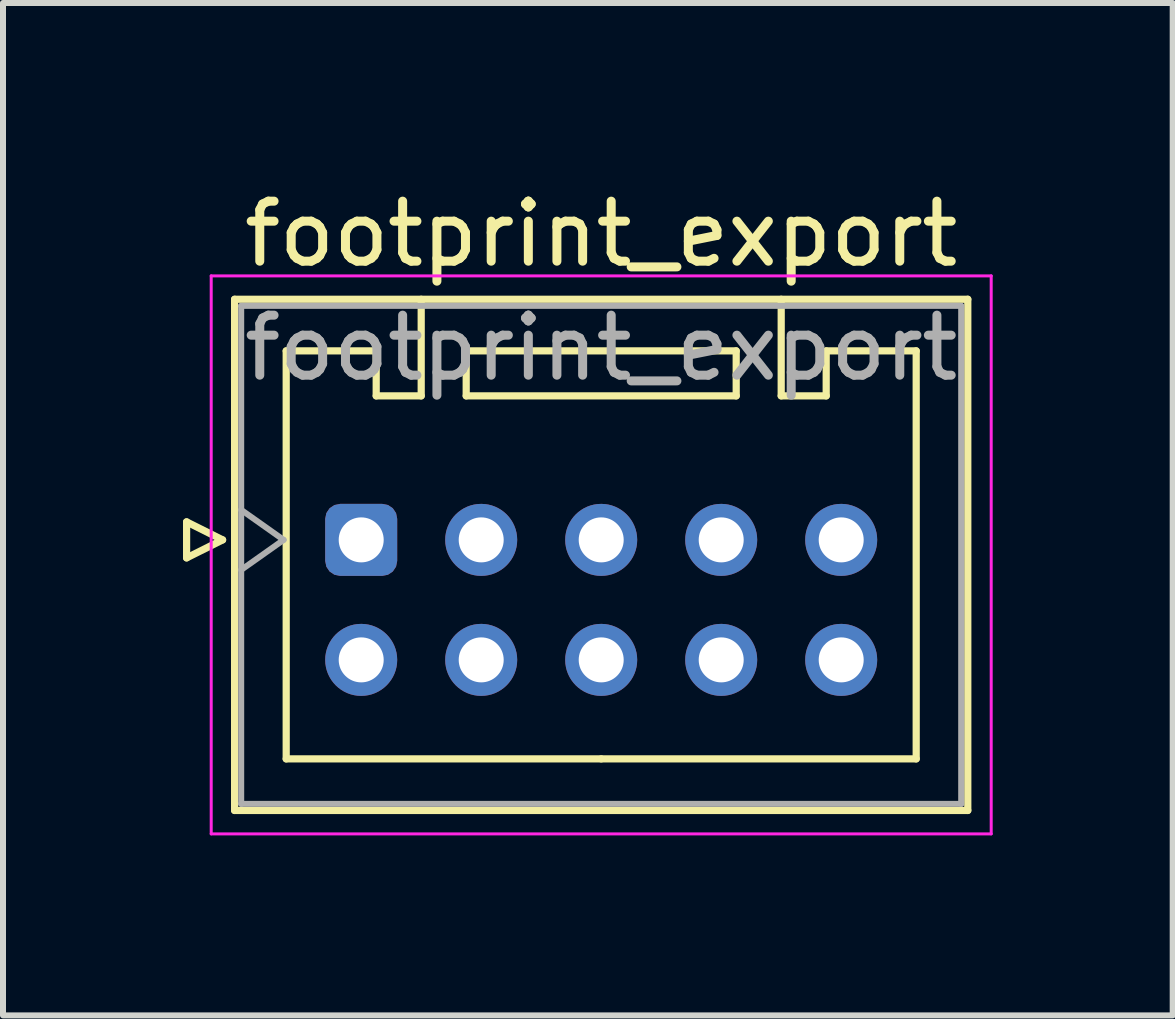
<source format=kicad_pcb>
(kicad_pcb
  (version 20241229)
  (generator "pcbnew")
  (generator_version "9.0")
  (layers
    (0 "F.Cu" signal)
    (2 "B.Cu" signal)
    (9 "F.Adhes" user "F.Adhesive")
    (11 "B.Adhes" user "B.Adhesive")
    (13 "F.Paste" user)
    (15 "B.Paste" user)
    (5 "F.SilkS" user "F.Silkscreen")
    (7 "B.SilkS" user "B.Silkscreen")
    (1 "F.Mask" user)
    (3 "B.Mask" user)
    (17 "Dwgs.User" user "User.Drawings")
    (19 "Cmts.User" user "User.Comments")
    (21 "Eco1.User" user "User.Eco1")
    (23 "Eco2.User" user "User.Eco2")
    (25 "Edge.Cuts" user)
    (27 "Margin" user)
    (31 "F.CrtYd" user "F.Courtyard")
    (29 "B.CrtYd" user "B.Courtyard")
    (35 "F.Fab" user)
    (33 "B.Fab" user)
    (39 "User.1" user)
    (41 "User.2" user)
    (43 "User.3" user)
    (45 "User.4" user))
  (footprint "footprint_export"
    (layer "F.Cu")
    (at 2.97 5.948)
    (property "Reference" "footprint_export" (at 4 -5.1 0) (layer "F.SilkS") (effects (font (size 1 1) (thickness 0.15))))
    (attr through_hole)
    (fp_line (start -2.91 -0.3) (end -2.31 0) (stroke (width 0.12) (type solid)) (layer "F.SilkS"))
    (fp_line (start -2.91 0.3) (end -2.91 -0.3) (stroke (width 0.12) (type solid)) (layer "F.SilkS"))
    (fp_line (start -2.31 0) (end -2.91 0.3) (stroke (width 0.12) (type solid)) (layer "F.SilkS"))
    (fp_line (start -2.11 -4.01) (end -2.11 4.51) (stroke (width 0.12) (type solid)) (layer "F.SilkS"))
    (fp_line (start -2.11 4.51) (end 10.11 4.51) (stroke (width 0.12) (type solid)) (layer "F.SilkS"))
    (fp_line (start -1.25 -3.15) (end -1.25 3.65) (stroke (width 0.12) (type solid)) (layer "F.SilkS"))
    (fp_line (start -1.25 3.65) (end 4 3.65) (stroke (width 0.12) (type solid)) (layer "F.SilkS"))
    (fp_line (start 0.25 -3.15) (end -1.25 -3.15) (stroke (width 0.12) (type solid)) (layer "F.SilkS"))
    (fp_line (start 0.25 -2.4) (end 0.25 -3.15) (stroke (width 0.12) (type solid)) (layer "F.SilkS"))
    (fp_line (start 1 -4.01) (end 1 -2.4) (stroke (width 0.12) (type solid)) (layer "F.SilkS"))
    (fp_line (start 1 -2.4) (end 0.25 -2.4) (stroke (width 0.12) (type solid)) (layer "F.SilkS"))
    (fp_line (start 1.75 -3.15) (end 1.75 -2.4) (stroke (width 0.12) (type solid)) (layer "F.SilkS"))
    (fp_line (start 1.75 -2.4) (end 6.25 -2.4) (stroke (width 0.12) (type solid)) (layer "F.SilkS"))
    (fp_line (start 6.25 -3.15) (end 1.75 -3.15) (stroke (width 0.12) (type solid)) (layer "F.SilkS"))
    (fp_line (start 6.25 -2.4) (end 6.25 -3.15) (stroke (width 0.12) (type solid)) (layer "F.SilkS"))
    (fp_line (start 7 -4.01) (end 7 -2.4) (stroke (width 0.12) (type solid)) (layer "F.SilkS"))
    (fp_line (start 7 -2.4) (end 7.75 -2.4) (stroke (width 0.12) (type solid)) (layer "F.SilkS"))
    (fp_line (start 7.75 -3.15) (end 9.25 -3.15) (stroke (width 0.12) (type solid)) (layer "F.SilkS"))
    (fp_line (start 7.75 -2.4) (end 7.75 -3.15) (stroke (width 0.12) (type solid)) (layer "F.SilkS"))
    (fp_line (start 9.25 -3.15) (end 9.25 3.65) (stroke (width 0.12) (type solid)) (layer "F.SilkS"))
    (fp_line (start 9.25 3.65) (end 4 3.65) (stroke (width 0.12) (type solid)) (layer "F.SilkS"))
    (fp_line (start 10.11 -4.01) (end -2.11 -4.01) (stroke (width 0.12) (type solid)) (layer "F.SilkS"))
    (fp_line (start 10.11 4.51) (end 10.11 -4.01) (stroke (width 0.12) (type solid)) (layer "F.SilkS"))
    (fp_line (start -2.5 -4.4) (end -2.5 4.9) (stroke (width 0.05) (type solid)) (layer "F.CrtYd"))
    (fp_line (start -2.5 4.9) (end 10.5 4.9) (stroke (width 0.05) (type solid)) (layer "F.CrtYd"))
    (fp_line (start 10.5 -4.4) (end -2.5 -4.4) (stroke (width 0.05) (type solid)) (layer "F.CrtYd"))
    (fp_line (start 10.5 4.9) (end 10.5 -4.4) (stroke (width 0.05) (type solid)) (layer "F.CrtYd"))
    (fp_line (start -2 -3.9) (end -2 4.4) (stroke (width 0.1) (type solid)) (layer "F.Fab"))
    (fp_line (start -2 0.5) (end -1.293 0) (stroke (width 0.1) (type solid)) (layer "F.Fab"))
    (fp_line (start -2 4.4) (end 10 4.4) (stroke (width 0.1) (type solid)) (layer "F.Fab"))
    (fp_line (start -1.293 0) (end -2 -0.5) (stroke (width 0.1) (type solid)) (layer "F.Fab"))
    (fp_line (start 10 -3.9) (end -2 -3.9) (stroke (width 0.1) (type solid)) (layer "F.Fab"))
    (fp_line (start 10 4.4) (end 10 -3.9) (stroke (width 0.1) (type solid)) (layer "F.Fab"))
    (fp_text user "${REFERENCE}" (at 4 -3.2 0) (layer "F.Fab") (effects (font (size 1 1) (thickness 0.15))))
    (pad "1" thru_hole roundrect (at 0 0) (size 1.2 1.2) (drill 0.75) (layers "*.Cu" "*.Mask") (roundrect_rratio 0.208))
    (pad "2" thru_hole circle (at 0 2) (size 1.2 1.2) (drill 0.75) (layers "*.Cu" "*.Mask"))
    (pad "3" thru_hole circle (at 2 0) (size 1.2 1.2) (drill 0.75) (layers "*.Cu" "*.Mask"))
    (pad "4" thru_hole circle (at 2 2) (size 1.2 1.2) (drill 0.75) (layers "*.Cu" "*.Mask"))
    (pad "5" thru_hole circle (at 4 0) (size 1.2 1.2) (drill 0.75) (layers "*.Cu" "*.Mask"))
    (pad "6" thru_hole circle (at 4 2) (size 1.2 1.2) (drill 0.75) (layers "*.Cu" "*.Mask"))
    (pad "7" thru_hole circle (at 6 0) (size 1.2 1.2) (drill 0.75) (layers "*.Cu" "*.Mask"))
    (pad "8" thru_hole circle (at 6 2) (size 1.2 1.2) (drill 0.75) (layers "*.Cu" "*.Mask"))
    (pad "9" thru_hole circle (at 8 0) (size 1.2 1.2) (drill 0.75) (layers "*.Cu" "*.Mask"))
    (pad "10" thru_hole circle (at 8 2) (size 1.2 1.2) (drill 0.75) (layers "*.Cu" "*.Mask")))
  (gr_rect
    (start -3 -3)
    (end 16.495 13.873)
    (stroke (width 0.1) (type default))
    (fill no)
    (layer "Edge.Cuts")))
</source>
